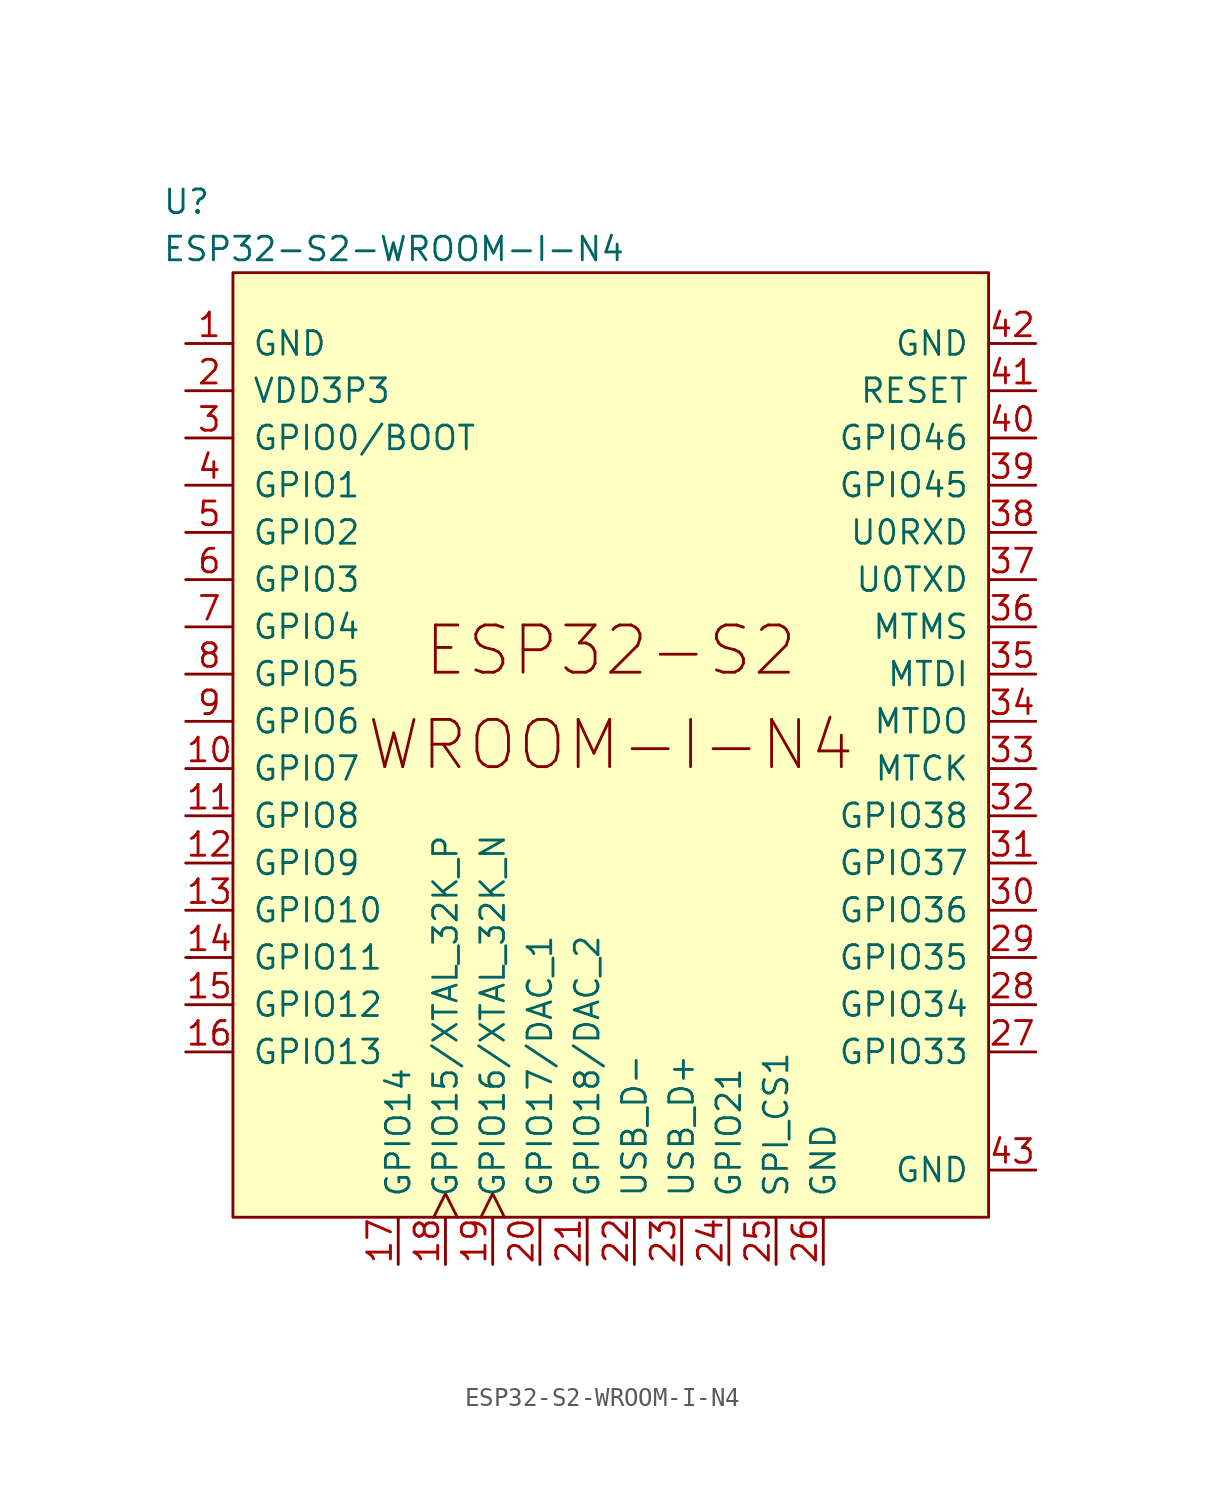
<source format=kicad_sym>
(kicad_symbol_lib
  (version 20211014)
  (generator kicad_symbol_editor)
  (symbol "ESP32-S2-WROOM-I-N4"
    (pin_names
      (offset 1.016))
    (property "Reference" "U"
      (at -24.13 26.67 0)
      (effects (font (size 1.27 1.27)) (justify left)))
    (property "Value" "ESP32-S2-WROOM-I-N4"
      (at -24.13 24.13 0)
      (effects (font (size 1.27 1.27)) (justify left)))
    (symbol "ESP32-S2-WROOM-I-N4_0_0"
      (text "ESP32-S2" (at 0 2.54 0) (effects (font (size 2.54 2.54))))
      (text "WROOM-I-N4" (at 0 -2.54 0) (effects (font (size 2.54 2.54)))))
    (symbol "ESP32-S2-WROOM-I-N4_0_1"
      (rectangle (start -20.32 22.86) (end 20.32 -27.94) (stroke (width 0) (type default) (color 0 0 0 0)) (fill (type background))))
    (symbol "ESP32-S2-WROOM-I-N4_1_1"
      (pin power_in line (at -22.86 19.05 0) (length 2.54) (name "GND" (effects (font (size 1.27 1.27)))) (number "1" (effects (font (size 1.27 1.27)))))
      (pin bidirectional line (at -22.86 -3.81 0) (length 2.54) (name "GPIO7" (effects (font (size 1.27 1.27)))) (number "10" (effects (font (size 1.27 1.27)))))
      (pin bidirectional line (at -22.86 -6.35 0) (length 2.54) (name "GPIO8" (effects (font (size 1.27 1.27)))) (number "11" (effects (font (size 1.27 1.27)))))
      (pin bidirectional line (at -22.86 -8.89 0) (length 2.54) (name "GPIO9" (effects (font (size 1.27 1.27)))) (number "12" (effects (font (size 1.27 1.27)))))
      (pin bidirectional line (at -22.86 -11.43 0) (length 2.54) (name "GPIO10" (effects (font (size 1.27 1.27)))) (number "13" (effects (font (size 1.27 1.27)))))
      (pin bidirectional line (at -22.86 -13.97 0) (length 2.54) (name "GPIO11" (effects (font (size 1.27 1.27)))) (number "14" (effects (font (size 1.27 1.27)))))
      (pin bidirectional line (at -22.86 -16.51 0) (length 2.54) (name "GPIO12" (effects (font (size 1.27 1.27)))) (number "15" (effects (font (size 1.27 1.27)))))
      (pin bidirectional line (at -22.86 -19.05 0) (length 2.54) (name "GPIO13" (effects (font (size 1.27 1.27)))) (number "16" (effects (font (size 1.27 1.27)))))
      (pin bidirectional line (at -11.43 -30.48 90) (length 2.54) (name "GPIO14" (effects (font (size 1.27 1.27)))) (number "17" (effects (font (size 1.27 1.27)))))
      (pin bidirectional clock (at -8.89 -30.48 90) (length 2.54) (name "GPIO15/XTAL_32K_P" (effects (font (size 1.27 1.27)))) (number "18" (effects (font (size 1.27 1.27)))))
      (pin bidirectional clock (at -6.35 -30.48 90) (length 2.54) (name "GPIO16/XTAL_32K_N" (effects (font (size 1.27 1.27)))) (number "19" (effects (font (size 1.27 1.27)))))
      (pin power_in line (at -22.86 16.51 0) (length 2.54) (name "VDD3P3" (effects (font (size 1.27 1.27)))) (number "2" (effects (font (size 1.27 1.27)))))
      (pin bidirectional line (at -3.81 -30.48 90) (length 2.54) (name "GPIO17/DAC_1" (effects (font (size 1.27 1.27)))) (number "20" (effects (font (size 1.27 1.27)))))
      (pin bidirectional line (at -1.27 -30.48 90) (length 2.54) (name "GPIO18/DAC_2" (effects (font (size 1.27 1.27)))) (number "21" (effects (font (size 1.27 1.27)))))
      (pin bidirectional line (at 1.27 -30.48 90) (length 2.54) (name "USB_D-" (effects (font (size 1.27 1.27)))) (number "22" (effects (font (size 1.27 1.27)))))
      (pin bidirectional line (at 3.81 -30.48 90) (length 2.54) (name "USB_D+" (effects (font (size 1.27 1.27)))) (number "23" (effects (font (size 1.27 1.27)))))
      (pin bidirectional line (at 6.35 -30.48 90) (length 2.54) (name "GPIO21" (effects (font (size 1.27 1.27)))) (number "24" (effects (font (size 1.27 1.27)))))
      (pin bidirectional line (at 8.89 -30.48 90) (length 2.54) (name "SPI_CS1" (effects (font (size 1.27 1.27)))) (number "25" (effects (font (size 1.27 1.27)))))
      (pin power_in line (at 11.43 -30.48 90) (length 2.54) (name "GND" (effects (font (size 1.27 1.27)))) (number "26" (effects (font (size 1.27 1.27)))))
      (pin bidirectional line (at 22.86 -19.05 180) (length 2.54) (name "GPIO33" (effects (font (size 1.27 1.27)))) (number "27" (effects (font (size 1.27 1.27)))))
      (pin bidirectional line (at 22.86 -16.51 180) (length 2.54) (name "GPIO34" (effects (font (size 1.27 1.27)))) (number "28" (effects (font (size 1.27 1.27)))))
      (pin bidirectional line (at 22.86 -13.97 180) (length 2.54) (name "GPIO35" (effects (font (size 1.27 1.27)))) (number "29" (effects (font (size 1.27 1.27)))))
      (pin bidirectional line (at -22.86 13.97 0) (length 2.54) (name "GPIO0/BOOT" (effects (font (size 1.27 1.27)))) (number "3" (effects (font (size 1.27 1.27)))))
      (pin bidirectional line (at 22.86 -11.43 180) (length 2.54) (name "GPIO36" (effects (font (size 1.27 1.27)))) (number "30" (effects (font (size 1.27 1.27)))))
      (pin bidirectional line (at 22.86 -8.89 180) (length 2.54) (name "GPIO37" (effects (font (size 1.27 1.27)))) (number "31" (effects (font (size 1.27 1.27)))))
      (pin bidirectional line (at 22.86 -6.35 180) (length 2.54) (name "GPIO38" (effects (font (size 1.27 1.27)))) (number "32" (effects (font (size 1.27 1.27)))))
      (pin bidirectional line (at 22.86 -3.81 180) (length 2.54) (name "MTCK" (effects (font (size 1.27 1.27)))) (number "33" (effects (font (size 1.27 1.27)))))
      (pin bidirectional line (at 22.86 -1.27 180) (length 2.54) (name "MTDO" (effects (font (size 1.27 1.27)))) (number "34" (effects (font (size 1.27 1.27)))))
      (pin bidirectional line (at 22.86 1.27 180) (length 2.54) (name "MTDI" (effects (font (size 1.27 1.27)))) (number "35" (effects (font (size 1.27 1.27)))))
      (pin bidirectional line (at 22.86 3.81 180) (length 2.54) (name "MTMS" (effects (font (size 1.27 1.27)))) (number "36" (effects (font (size 1.27 1.27)))))
      (pin bidirectional line (at 22.86 6.35 180) (length 2.54) (name "U0TXD" (effects (font (size 1.27 1.27)))) (number "37" (effects (font (size 1.27 1.27)))))
      (pin bidirectional line (at 22.86 8.89 180) (length 2.54) (name "U0RXD" (effects (font (size 1.27 1.27)))) (number "38" (effects (font (size 1.27 1.27)))))
      (pin bidirectional line (at 22.86 11.43 180) (length 2.54) (name "GPIO45" (effects (font (size 1.27 1.27)))) (number "39" (effects (font (size 1.27 1.27)))))
      (pin bidirectional line (at -22.86 11.43 0) (length 2.54) (name "GPIO1" (effects (font (size 1.27 1.27)))) (number "4" (effects (font (size 1.27 1.27)))))
      (pin bidirectional line (at 22.86 13.97 180) (length 2.54) (name "GPIO46" (effects (font (size 1.27 1.27)))) (number "40" (effects (font (size 1.27 1.27)))))
      (pin bidirectional line (at 22.86 16.51 180) (length 2.54) (name "RESET" (effects (font (size 1.27 1.27)))) (number "41" (effects (font (size 1.27 1.27)))))
      (pin power_in line (at 22.86 19.05 180) (length 2.54) (name "GND" (effects (font (size 1.27 1.27)))) (number "42" (effects (font (size 1.27 1.27)))))
      (pin power_in line (at 22.86 -25.4 180) (length 2.54) (name "GND" (effects (font (size 1.27 1.27)))) (number "43" (effects (font (size 1.27 1.27)))))
      (pin bidirectional line (at -22.86 8.89 0) (length 2.54) (name "GPIO2" (effects (font (size 1.27 1.27)))) (number "5" (effects (font (size 1.27 1.27)))))
      (pin bidirectional line (at -22.86 6.35 0) (length 2.54) (name "GPIO3" (effects (font (size 1.27 1.27)))) (number "6" (effects (font (size 1.27 1.27)))))
      (pin bidirectional line (at -22.86 3.81 0) (length 2.54) (name "GPIO4" (effects (font (size 1.27 1.27)))) (number "7" (effects (font (size 1.27 1.27)))))
      (pin bidirectional line (at -22.86 1.27 0) (length 2.54) (name "GPIO5" (effects (font (size 1.27 1.27)))) (number "8" (effects (font (size 1.27 1.27)))))
      (pin bidirectional line (at -22.86 -1.27 0) (length 2.54) (name "GPIO6" (effects (font (size 1.27 1.27)))) (number "9" (effects (font (size 1.27 1.27))))))))
</source>
